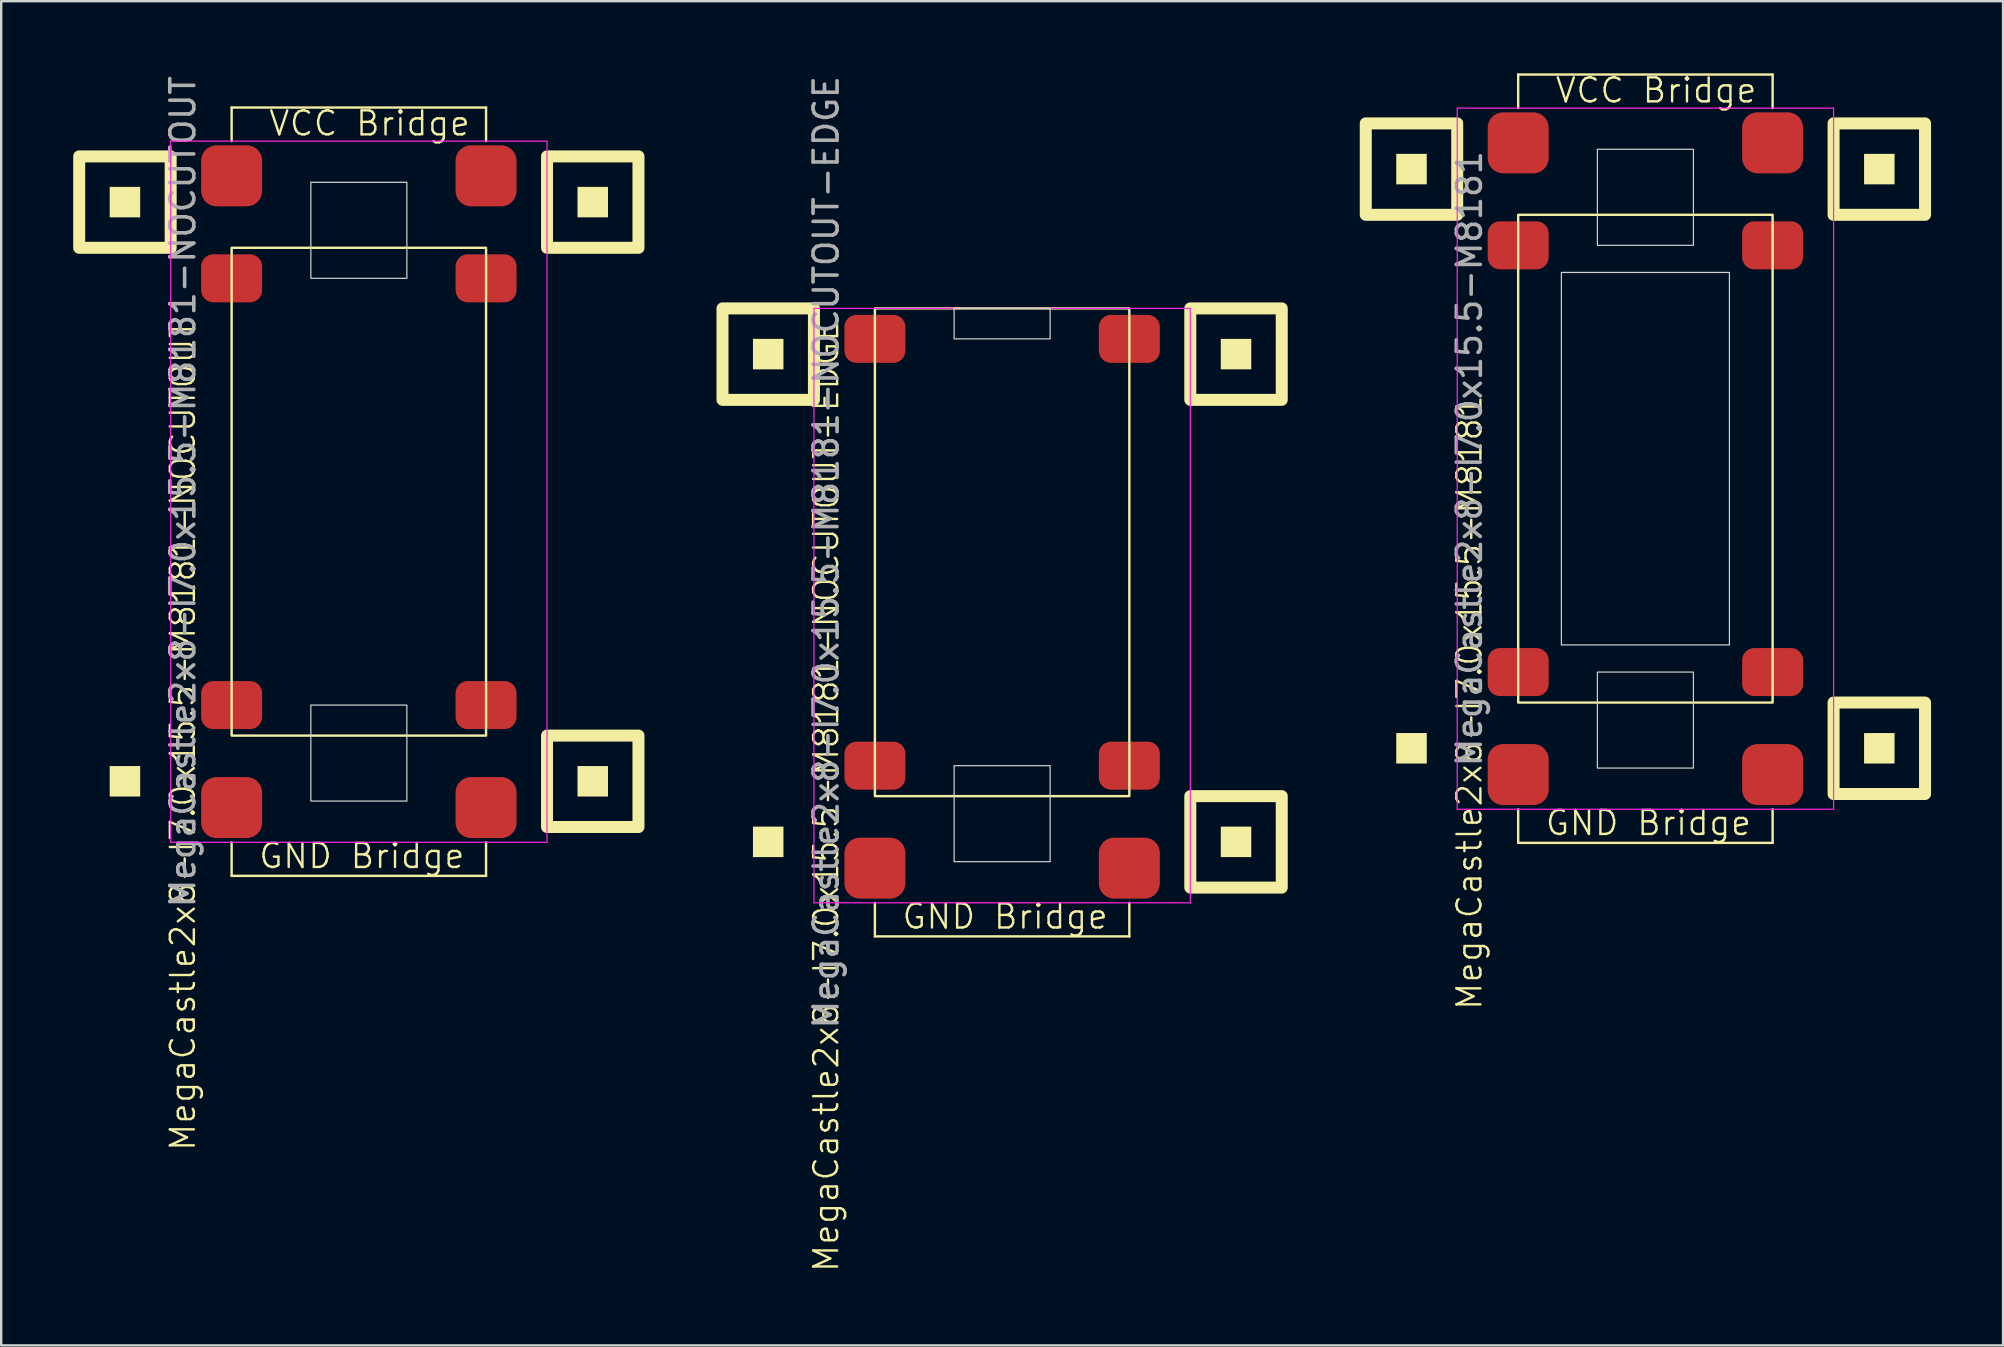
<source format=kicad_pcb>
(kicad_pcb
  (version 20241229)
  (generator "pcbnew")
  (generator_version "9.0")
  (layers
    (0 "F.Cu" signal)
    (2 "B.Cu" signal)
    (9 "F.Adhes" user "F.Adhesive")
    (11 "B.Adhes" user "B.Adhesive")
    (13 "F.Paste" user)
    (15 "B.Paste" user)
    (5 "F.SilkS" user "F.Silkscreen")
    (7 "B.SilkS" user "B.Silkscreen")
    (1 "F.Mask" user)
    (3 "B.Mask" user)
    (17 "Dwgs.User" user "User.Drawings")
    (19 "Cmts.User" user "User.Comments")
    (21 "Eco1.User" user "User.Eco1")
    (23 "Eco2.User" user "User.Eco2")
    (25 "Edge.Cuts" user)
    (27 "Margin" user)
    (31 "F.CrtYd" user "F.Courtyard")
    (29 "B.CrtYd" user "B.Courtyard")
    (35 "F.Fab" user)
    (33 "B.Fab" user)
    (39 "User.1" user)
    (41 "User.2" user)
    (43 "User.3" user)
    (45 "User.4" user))
  (footprint "MegaCastle2x8-I7.0x15.5-M8181-NOCUTOUT-EDGE"
    (layer "F.Cu")
    (at 38.7 19.958)
    (property "Reference" "MegaCastle2x8-I7.0x15.5-M8181-NOCUTOUT-EDGE" (at -7.332 10.16 90) (unlocked yes) (layer "F.SilkS") (effects (font (size 1 1) (thickness 0.1))))
    (attr smd)
    (fp_line (start -5.3 14.605) (end -5.3 16.005) (stroke (width 0.1) (type default)) (layer "F.SilkS"))
    (fp_line (start -5.3 16.005) (end 5.3 16.005) (stroke (width 0.1) (type default)) (layer "F.SilkS"))
    (fp_line (start 5.3 14.605) (end 5.3 16.005) (stroke (width 0.1) (type default)) (layer "F.SilkS"))
    (fp_rect (start -9.11 -7.62) (end -10.38 -8.89) (stroke (width 0) (type solid)) (fill yes) (layer "F.SilkS"))
    (fp_rect (start -9.11 12.7) (end -10.38 11.43) (stroke (width 0) (type solid)) (fill yes) (layer "F.SilkS"))
    (fp_rect (start -7.84 -6.35) (end -11.65 -10.16) (stroke (width 0.5) (type default)) (fill no) (layer "F.SilkS"))
    (fp_rect (start -5.3 -10.16) (end 5.3 10.16) (stroke (width 0.1) (type default)) (fill no) (layer "F.SilkS"))
    (fp_rect (start 10.38 -7.62) (end 9.11 -8.89) (stroke (width 0) (type solid)) (fill yes) (layer "F.SilkS"))
    (fp_rect (start 10.38 12.7) (end 9.11 11.43) (stroke (width 0) (type solid)) (fill yes) (layer "F.SilkS"))
    (fp_rect (start 11.65 -6.35) (end 7.84 -10.16) (stroke (width 0.5) (type default)) (fill no) (layer "F.SilkS"))
    (fp_rect (start 11.65 13.97) (end 7.84 10.16) (stroke (width 0.5) (type default)) (fill no) (layer "F.SilkS"))
    (fp_rect (start -2 -8.89) (end 2 -10.16) (stroke (width 0.05) (type default)) (fill no) (layer "Edge.Cuts"))
    (fp_rect (start -2 8.89) (end 2 12.89) (stroke (width 0.05) (type default)) (fill no) (layer "Edge.Cuts"))
    (fp_line (start -7.84 -10.16) (end -7.84 14.605) (stroke (width 0.05) (type default)) (layer "F.CrtYd"))
    (fp_line (start -7.84 14.605) (end 7.84 14.605) (stroke (width 0.05) (type default)) (layer "F.CrtYd"))
    (fp_line (start 7.84 -10.16) (end -7.84 -10.16) (stroke (width 0.05) (type default)) (layer "F.CrtYd"))
    (fp_line (start 7.84 -10.16) (end 7.84 14.605) (stroke (width 0.05) (type default)) (layer "F.CrtYd"))
    (fp_text user "GND Bridge" (at -4.226 15.76 0) (unlocked yes) (layer "F.SilkS") (effects (font (size 1 1) (thickness 0.1)) (justify left bottom)))
    (fp_text user "${REFERENCE}" (at -7.332 0 90) (unlocked yes) (layer "F.Fab") (effects (font (size 1 1) (thickness 0.15))))
    (pad "1" smd roundrect (at -5.3 -8.89) (size 2.54 2) (layers "F.Cu" "F.Mask" "F.Paste") (roundrect_rratio 0.25))
    (pad "8" smd roundrect (at -5.3 8.89) (size 2.54 2) (layers "F.Cu" "F.Mask" "F.Paste") (roundrect_rratio 0.25))
    (pad "9" smd roundrect (at 5.3 -8.89) (size 2.54 2) (layers "F.Cu" "F.Mask" "F.Paste") (roundrect_rratio 0.25))
    (pad "16" smd roundrect (at 5.3 8.89) (size 2.54 2) (layers "F.Cu" "F.Mask" "F.Paste") (roundrect_rratio 0.25))
    (pad "B1" smd roundrect (at -5.3 13.16) (size 2.54 2.54) (layers "F.Cu" "F.Mask" "F.Paste") (roundrect_rratio 0.25))
    (pad "B2" smd roundrect (at 5.3 13.16) (size 2.54 2.54) (layers "F.Cu" "F.Mask" "F.Paste") (roundrect_rratio 0.25)))
  (footprint "MegaCastle2x8-I7.0x15.5-M8181-NOCUTOUT"
    (layer "F.Cu")
    (at 11.9 17.435)
    (property "Reference" "MegaCastle2x8-I7.0x15.5-M8181-NOCUTOUT" (at -7.332 10.16 90) (unlocked yes) (layer "F.SilkS") (effects (font (size 1 1) (thickness 0.1))))
    (attr smd)
    (fp_line (start -5.3 -16.005) (end 5.3 -16.005) (stroke (width 0.1) (type default)) (layer "F.SilkS"))
    (fp_line (start -5.3 -14.605) (end -5.3 -16.005) (stroke (width 0.1) (type default)) (layer "F.SilkS"))
    (fp_line (start -5.3 14.605) (end -5.3 16.005) (stroke (width 0.1) (type default)) (layer "F.SilkS"))
    (fp_line (start -5.3 16.005) (end 5.3 16.005) (stroke (width 0.1) (type default)) (layer "F.SilkS"))
    (fp_line (start 5.3 -14.605) (end 5.3 -16.005) (stroke (width 0.1) (type default)) (layer "F.SilkS"))
    (fp_line (start 5.3 14.605) (end 5.3 16.005) (stroke (width 0.1) (type default)) (layer "F.SilkS"))
    (fp_rect (start -9.11 -11.43) (end -10.38 -12.7) (stroke (width 0) (type solid)) (fill yes) (layer "F.SilkS"))
    (fp_rect (start -9.11 12.7) (end -10.38 11.43) (stroke (width 0) (type solid)) (fill yes) (layer "F.SilkS"))
    (fp_rect (start -7.84 -10.16) (end -11.65 -13.97) (stroke (width 0.5) (type default)) (fill no) (layer "F.SilkS"))
    (fp_rect (start -5.3 -10.16) (end 5.3 10.16) (stroke (width 0.1) (type default)) (fill no) (layer "F.SilkS"))
    (fp_rect (start 10.38 -11.43) (end 9.11 -12.7) (stroke (width 0) (type solid)) (fill yes) (layer "F.SilkS"))
    (fp_rect (start 10.38 12.7) (end 9.11 11.43) (stroke (width 0) (type solid)) (fill yes) (layer "F.SilkS"))
    (fp_rect (start 11.65 -10.16) (end 7.84 -13.97) (stroke (width 0.5) (type default)) (fill no) (layer "F.SilkS"))
    (fp_rect (start 11.65 13.97) (end 7.84 10.16) (stroke (width 0.5) (type default)) (fill no) (layer "F.SilkS"))
    (fp_rect (start -2 -8.89) (end 2 -12.89) (stroke (width 0.05) (type default)) (fill no) (layer "Edge.Cuts"))
    (fp_rect (start -2 8.89) (end 2 12.89) (stroke (width 0.05) (type default)) (fill no) (layer "Edge.Cuts"))
    (fp_line (start -7.84 -14.605) (end -7.84 14.605) (stroke (width 0.05) (type default)) (layer "F.CrtYd"))
    (fp_line (start -7.84 14.605) (end 7.84 14.605) (stroke (width 0.05) (type default)) (layer "F.CrtYd"))
    (fp_line (start 7.84 -14.605) (end -7.84 -14.605) (stroke (width 0.05) (type default)) (layer "F.CrtYd"))
    (fp_line (start 7.84 -14.605) (end 7.84 14.605) (stroke (width 0.05) (type default)) (layer "F.CrtYd"))
    (fp_text user "GND Bridge" (at -4.226 15.76 0) (unlocked yes) (layer "F.SilkS") (effects (font (size 1 1) (thickness 0.1)) (justify left bottom)))
    (fp_text user "VCC Bridge" (at -3.81 -14.76 0) (unlocked yes) (layer "F.SilkS") (effects (font (size 1 1) (thickness 0.1)) (justify left bottom)))
    (fp_text user "${REFERENCE}" (at -7.332 0 90) (unlocked yes) (layer "F.Fab") (effects (font (size 1 1) (thickness 0.15))))
    (pad "1" smd roundrect (at -5.3 -8.89) (size 2.54 2) (layers "F.Cu" "F.Mask" "F.Paste") (roundrect_rratio 0.25))
    (pad "8" smd roundrect (at -5.3 8.89) (size 2.54 2) (layers "F.Cu" "F.Mask" "F.Paste") (roundrect_rratio 0.25))
    (pad "9" smd roundrect (at 5.3 -8.89) (size 2.54 2) (layers "F.Cu" "F.Mask" "F.Paste") (roundrect_rratio 0.25))
    (pad "16" smd roundrect (at 5.3 8.89) (size 2.54 2) (layers "F.Cu" "F.Mask" "F.Paste") (roundrect_rratio 0.25))
    (pad "A1" smd roundrect (at -5.3 -13.16) (size 2.54 2.54) (layers "F.Cu" "F.Mask" "F.Paste") (roundrect_rratio 0.25))
    (pad "A2" smd roundrect (at 5.3 -13.16) (size 2.54 2.54) (layers "F.Cu" "F.Mask" "F.Paste") (roundrect_rratio 0.25))
    (pad "B1" smd roundrect (at -5.3 13.16) (size 2.54 2.54) (layers "F.Cu" "F.Mask" "F.Paste") (roundrect_rratio 0.25))
    (pad "B2" smd roundrect (at 5.3 13.16) (size 2.54 2.54) (layers "F.Cu" "F.Mask" "F.Paste") (roundrect_rratio 0.25)))
  (footprint "MegaCastle2x8-I7.0x15.5-M8181"
    (layer "F.Cu")
    (at 65.5 16.06)
    (property "Reference" "MegaCastle2x8-I7.0x15.5-M8181" (at -7.332 10.16 90) (unlocked yes) (layer "F.SilkS") (effects (font (size 1 1) (thickness 0.1))))
    (attr smd)
    (fp_line (start -5.3 -16.005) (end 5.3 -16.005) (stroke (width 0.1) (type default)) (layer "F.SilkS"))
    (fp_line (start -5.3 -14.605) (end -5.3 -16.005) (stroke (width 0.1) (type default)) (layer "F.SilkS"))
    (fp_line (start -5.3 14.605) (end -5.3 16.005) (stroke (width 0.1) (type default)) (layer "F.SilkS"))
    (fp_line (start -5.3 16.005) (end 5.3 16.005) (stroke (width 0.1) (type default)) (layer "F.SilkS"))
    (fp_line (start 5.3 -14.605) (end 5.3 -16.005) (stroke (width 0.1) (type default)) (layer "F.SilkS"))
    (fp_line (start 5.3 14.605) (end 5.3 16.005) (stroke (width 0.1) (type default)) (layer "F.SilkS"))
    (fp_rect (start -9.11 -11.43) (end -10.38 -12.7) (stroke (width 0) (type solid)) (fill yes) (layer "F.SilkS"))
    (fp_rect (start -9.11 12.7) (end -10.38 11.43) (stroke (width 0) (type solid)) (fill yes) (layer "F.SilkS"))
    (fp_rect (start -7.84 -10.16) (end -11.65 -13.97) (stroke (width 0.5) (type default)) (fill no) (layer "F.SilkS"))
    (fp_rect (start -5.3 -10.16) (end 5.3 10.16) (stroke (width 0.1) (type default)) (fill no) (layer "F.SilkS"))
    (fp_rect (start 10.38 -11.43) (end 9.11 -12.7) (stroke (width 0) (type solid)) (fill yes) (layer "F.SilkS"))
    (fp_rect (start 10.38 12.7) (end 9.11 11.43) (stroke (width 0) (type solid)) (fill yes) (layer "F.SilkS"))
    (fp_rect (start 11.65 -10.16) (end 7.84 -13.97) (stroke (width 0.5) (type default)) (fill no) (layer "F.SilkS"))
    (fp_rect (start 11.65 13.97) (end 7.84 10.16) (stroke (width 0.5) (type default)) (fill no) (layer "F.SilkS"))
    (fp_rect (start -3.5 -7.76) (end 3.5 7.76) (stroke (width 0.05) (type default)) (fill no) (layer "Edge.Cuts"))
    (fp_rect (start -2 -8.89) (end 2 -12.89) (stroke (width 0.05) (type default)) (fill no) (layer "Edge.Cuts"))
    (fp_rect (start -2 8.89) (end 2 12.89) (stroke (width 0.05) (type default)) (fill no) (layer "Edge.Cuts"))
    (fp_line (start -7.84 -14.605) (end -7.84 14.605) (stroke (width 0.05) (type default)) (layer "F.CrtYd"))
    (fp_line (start -7.84 14.605) (end 7.84 14.605) (stroke (width 0.05) (type default)) (layer "F.CrtYd"))
    (fp_line (start 7.84 -14.605) (end -7.84 -14.605) (stroke (width 0.05) (type default)) (layer "F.CrtYd"))
    (fp_line (start 7.84 -14.605) (end 7.84 14.605) (stroke (width 0.05) (type default)) (layer "F.CrtYd"))
    (fp_text user "GND Bridge" (at -4.226 15.76 0) (unlocked yes) (layer "F.SilkS") (effects (font (size 1 1) (thickness 0.1)) (justify left bottom)))
    (fp_text user "VCC Bridge" (at -3.81 -14.76 0) (unlocked yes) (layer "F.SilkS") (effects (font (size 1 1) (thickness 0.1)) (justify left bottom)))
    (fp_text user "${REFERENCE}" (at -7.332 0 90) (unlocked yes) (layer "F.Fab") (effects (font (size 1 1) (thickness 0.15))))
    (pad "1" smd roundrect (at -5.3 -8.89) (size 2.54 2) (layers "F.Cu" "F.Mask" "F.Paste") (roundrect_rratio 0.25))
    (pad "8" smd roundrect (at -5.3 8.89) (size 2.54 2) (layers "F.Cu" "F.Mask" "F.Paste") (roundrect_rratio 0.25))
    (pad "9" smd roundrect (at 5.3 -8.89) (size 2.54 2) (layers "F.Cu" "F.Mask" "F.Paste") (roundrect_rratio 0.25))
    (pad "16" smd roundrect (at 5.3 8.89) (size 2.54 2) (layers "F.Cu" "F.Mask" "F.Paste") (roundrect_rratio 0.25))
    (pad "A1" smd roundrect (at -5.3 -13.16) (size 2.54 2.54) (layers "F.Cu" "F.Mask" "F.Paste") (roundrect_rratio 0.25))
    (pad "A2" smd roundrect (at 5.3 -13.16) (size 2.54 2.54) (layers "F.Cu" "F.Mask" "F.Paste") (roundrect_rratio 0.25))
    (pad "B1" smd roundrect (at -5.3 13.16) (size 2.54 2.54) (layers "F.Cu" "F.Mask" "F.Paste") (roundrect_rratio 0.25))
    (pad "B2" smd roundrect (at 5.3 13.16) (size 2.54 2.54) (layers "F.Cu" "F.Mask" "F.Paste") (roundrect_rratio 0.25)))
  (gr_rect
    (start -3 -3)
    (end 80.4 53.002)
    (stroke (width 0.1) (type default))
    (fill no)
    (layer "Edge.Cuts")))
</source>
